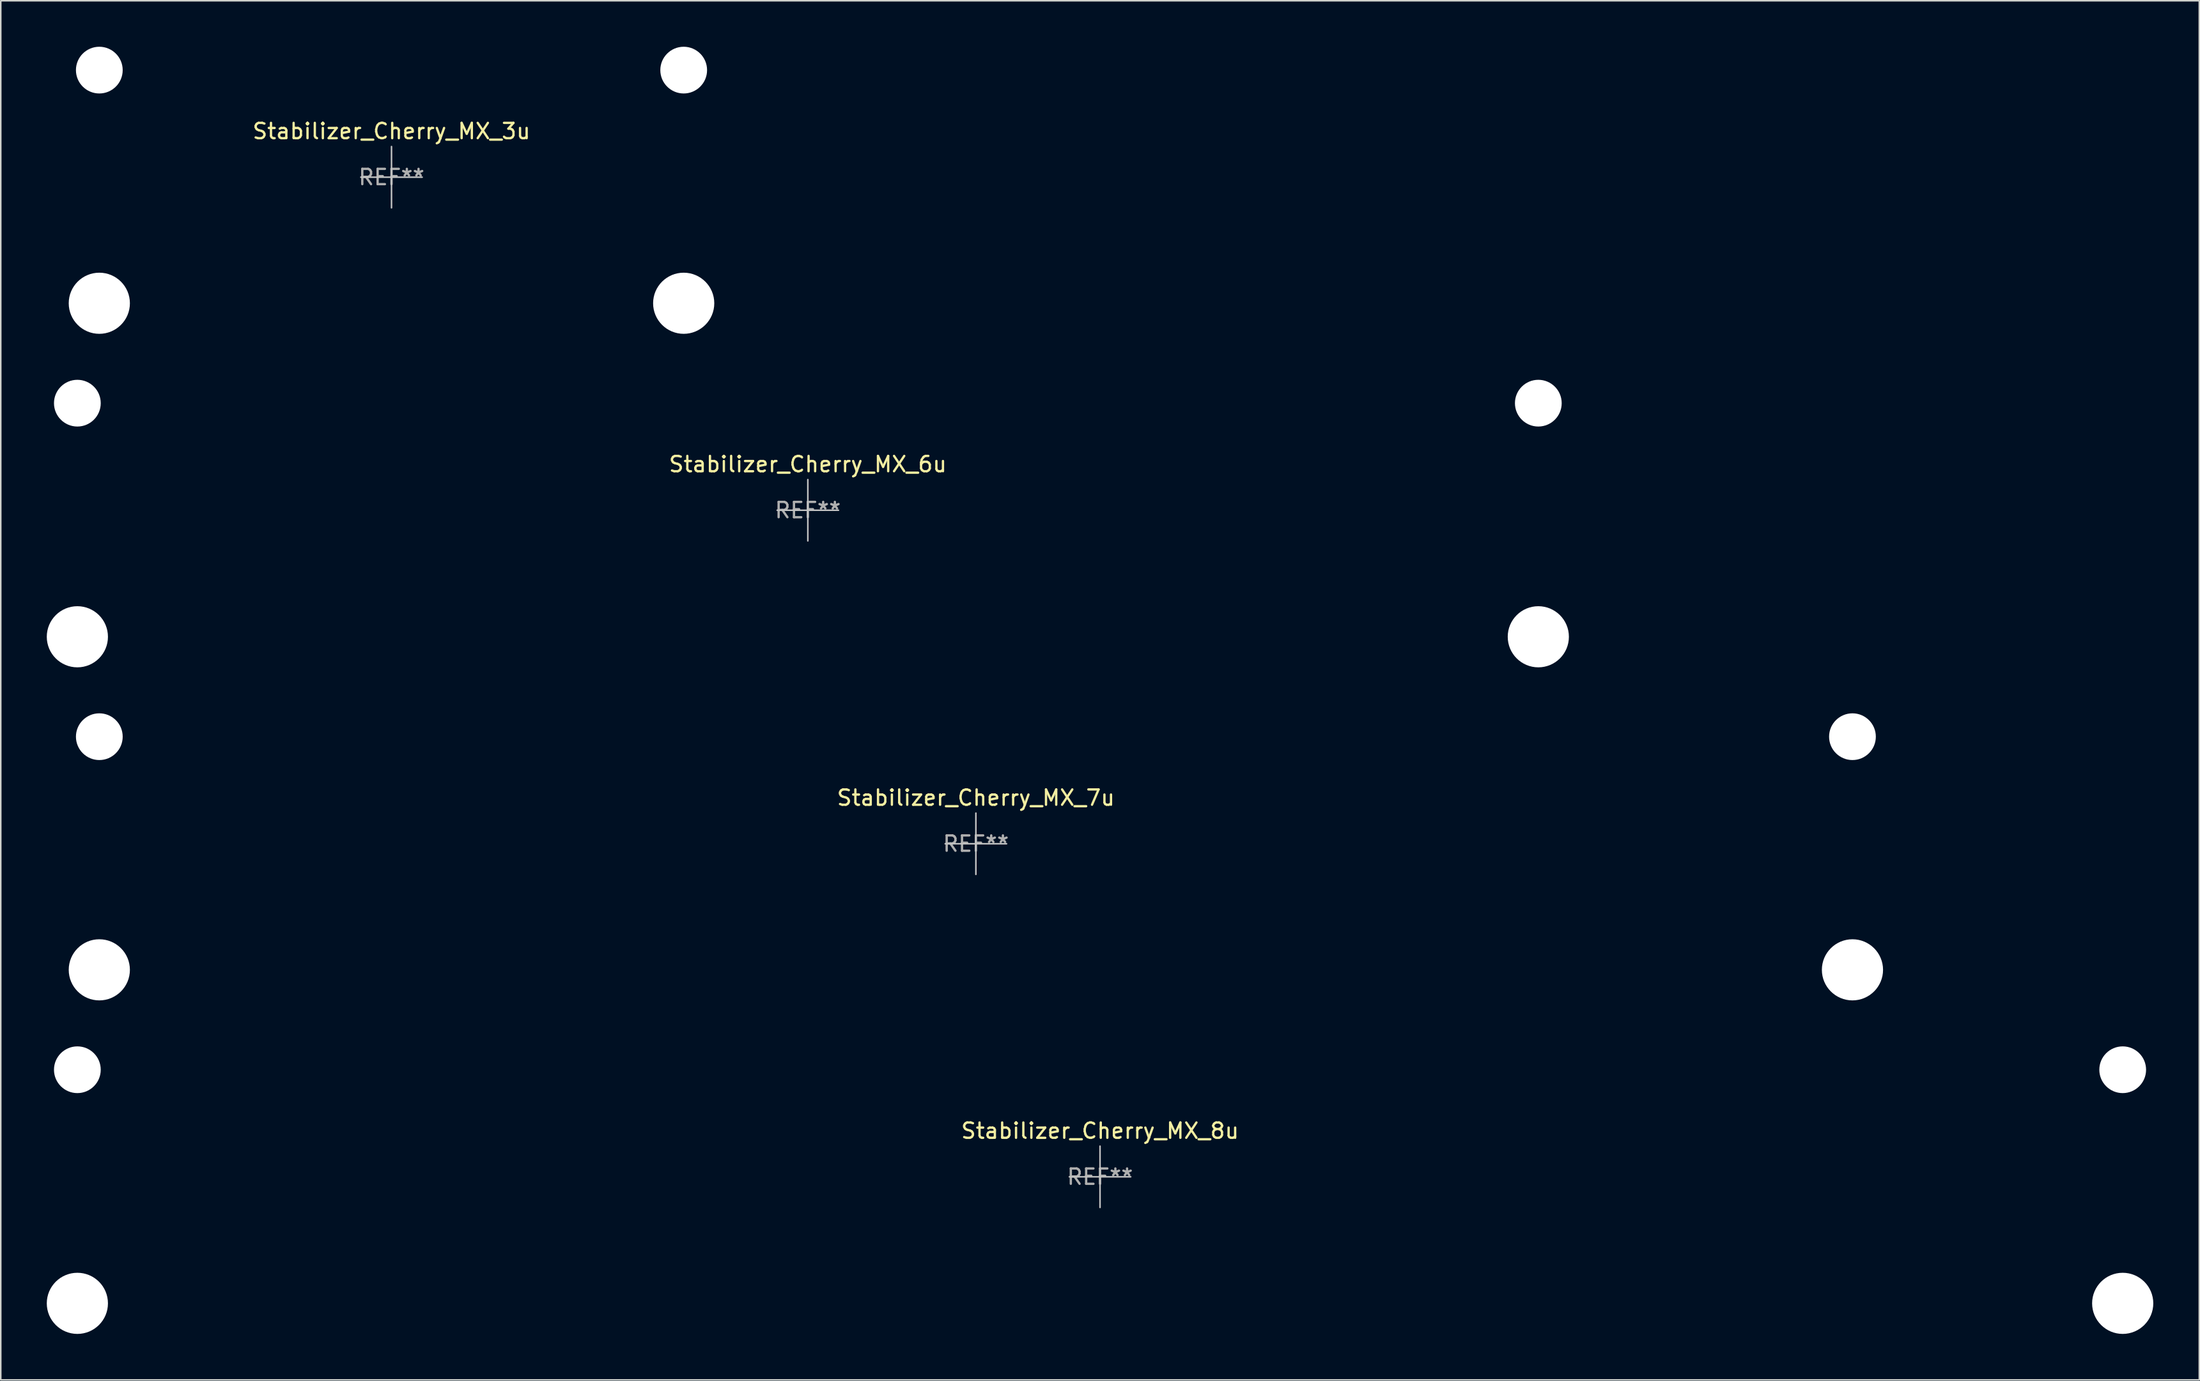
<source format=kicad_pcb>
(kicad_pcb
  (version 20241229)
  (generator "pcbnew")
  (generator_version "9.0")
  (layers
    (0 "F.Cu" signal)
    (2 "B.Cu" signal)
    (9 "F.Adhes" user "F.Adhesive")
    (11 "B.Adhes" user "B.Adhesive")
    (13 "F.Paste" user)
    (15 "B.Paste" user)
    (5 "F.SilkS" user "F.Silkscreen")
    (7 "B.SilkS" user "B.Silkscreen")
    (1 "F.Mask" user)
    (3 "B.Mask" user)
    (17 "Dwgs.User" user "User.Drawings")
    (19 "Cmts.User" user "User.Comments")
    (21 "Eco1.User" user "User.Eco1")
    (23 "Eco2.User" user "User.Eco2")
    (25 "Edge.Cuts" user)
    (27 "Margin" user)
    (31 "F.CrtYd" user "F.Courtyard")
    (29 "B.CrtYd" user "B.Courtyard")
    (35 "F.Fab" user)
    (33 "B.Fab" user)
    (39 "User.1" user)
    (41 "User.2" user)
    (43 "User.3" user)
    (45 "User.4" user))
  (footprint "Stabilizer_Cherry_MX_7u"
    (layer "F.Cu")
    (at 60.575 51.995)
    (property "Reference" "Stabilizer_Cherry_MX_7u" (at 0 -3 0) (layer "F.SilkS") (effects (font (size 1 1) (thickness 0.15))))
    (attr exclude_from_pos_files exclude_from_bom)
    (fp_line (start -2 0) (end 2 0) (stroke (width 0.1) (type solid)) (layer "Dwgs.User"))
    (fp_line (start 0 2) (end 0 -2) (stroke (width 0.1) (type solid)) (layer "Dwgs.User"))
    (fp_line (start -60.525 -5.53) (end -60.525 6.77) (stroke (width 0.1) (type solid)) (layer "Eco1.User"))
    (fp_line (start -60.525 6.77) (end -53.775 6.77) (stroke (width 0.1) (type solid)) (layer "Eco1.User"))
    (fp_line (start -53.775 -5.53) (end -60.525 -5.53) (stroke (width 0.1) (type solid)) (layer "Eco1.User"))
    (fp_line (start -53.775 6.77) (end -53.775 -5.53) (stroke (width 0.1) (type solid)) (layer "Eco1.User"))
    (fp_line (start 53.775 -5.53) (end 53.775 6.77) (stroke (width 0.1) (type solid)) (layer "Eco1.User"))
    (fp_line (start 53.775 6.77) (end 60.525 6.77) (stroke (width 0.1) (type solid)) (layer "Eco1.User"))
    (fp_line (start 60.525 -5.53) (end 53.775 -5.53) (stroke (width 0.1) (type solid)) (layer "Eco1.User"))
    (fp_line (start 60.525 6.77) (end 60.525 -5.53) (stroke (width 0.1) (type solid)) (layer "Eco1.User"))
    (fp_text user "REF**" (at 0 0 0) (layer "F.Fab") (effects (font (size 1 1) (thickness 0.15))))
    (pad "" np_thru_hole circle (at -57.15 -6.985) (size 3.048 3.048) (drill 3.048) (layers "*.Cu" "*.Mask"))
    (pad "" np_thru_hole circle (at -57.15 8.225) (size 3.988 3.988) (drill 3.988) (layers "*.Cu" "*.Mask"))
    (pad "" np_thru_hole circle (at 57.15 -6.985) (size 3.048 3.048) (drill 3.048) (layers "*.Cu" "*.Mask"))
    (pad "" np_thru_hole circle (at 57.15 8.225) (size 3.988 3.988) (drill 3.988) (layers "*.Cu" "*.Mask")))
  (footprint "Stabilizer_Cherry_MX_6u"
    (layer "F.Cu")
    (at 49.619 30.237)
    (property "Reference" "Stabilizer_Cherry_MX_6u" (at 0 -3 0) (layer "F.SilkS") (effects (font (size 1 1) (thickness 0.15))))
    (attr exclude_from_pos_files exclude_from_bom)
    (fp_line (start -2 0) (end 2 0) (stroke (width 0.1) (type solid)) (layer "Dwgs.User"))
    (fp_line (start 0 2) (end 0 -2) (stroke (width 0.1) (type solid)) (layer "Dwgs.User"))
    (fp_text user "REF**" (at 0 0 0) (layer "F.Fab") (effects (font (size 1 1) (thickness 0.15))))
    (pad "" np_thru_hole circle (at -47.625 -6.985) (size 3.048 3.048) (drill 3.048) (layers "*.Cu" "*.Mask"))
    (pad "" np_thru_hole circle (at -47.625 8.255) (size 3.988 3.988) (drill 3.988) (layers "*.Cu" "*.Mask"))
    (pad "" np_thru_hole circle (at 47.625 -6.985) (size 3.048 3.048) (drill 3.048) (layers "*.Cu" "*.Mask"))
    (pad "" np_thru_hole circle (at 47.625 8.255) (size 3.988 3.988) (drill 3.988) (layers "*.Cu" "*.Mask")))
  (footprint "Stabilizer_Cherry_MX_3u"
    (layer "F.Cu")
    (at 22.475 8.509)
    (property "Reference" "Stabilizer_Cherry_MX_3u" (at 0 -3 0) (layer "F.SilkS") (effects (font (size 1 1) (thickness 0.15))))
    (attr exclude_from_pos_files exclude_from_bom)
    (fp_line (start -2 0) (end 2 0) (stroke (width 0.1) (type solid)) (layer "Dwgs.User"))
    (fp_line (start 0 2) (end 0 -2) (stroke (width 0.1) (type solid)) (layer "Dwgs.User"))
    (fp_line (start -22.425 -5.53) (end -22.425 6.77) (stroke (width 0.1) (type solid)) (layer "Eco1.User"))
    (fp_line (start -22.425 6.77) (end -15.675 6.77) (stroke (width 0.1) (type solid)) (layer "Eco1.User"))
    (fp_line (start -15.675 -5.53) (end -22.425 -5.53) (stroke (width 0.1) (type solid)) (layer "Eco1.User"))
    (fp_line (start -15.675 6.77) (end -15.675 -5.53) (stroke (width 0.1) (type solid)) (layer "Eco1.User"))
    (fp_line (start 15.675 -5.53) (end 15.675 6.77) (stroke (width 0.1) (type solid)) (layer "Eco1.User"))
    (fp_line (start 15.675 6.77) (end 22.425 6.77) (stroke (width 0.1) (type solid)) (layer "Eco1.User"))
    (fp_line (start 22.425 -5.53) (end 15.675 -5.53) (stroke (width 0.1) (type solid)) (layer "Eco1.User"))
    (fp_line (start 22.425 6.77) (end 22.425 -5.53) (stroke (width 0.1) (type solid)) (layer "Eco1.User"))
    (fp_text user "REF**" (at 0 0 0) (layer "F.Fab") (effects (font (size 1 1) (thickness 0.15))))
    (pad "" np_thru_hole circle (at -19.05 -6.985) (size 3.048 3.048) (drill 3.048) (layers "*.Cu" "*.Mask"))
    (pad "" np_thru_hole circle (at -19.05 8.225) (size 3.988 3.988) (drill 3.988) (layers "*.Cu" "*.Mask"))
    (pad "" np_thru_hole circle (at 19.05 -6.985) (size 3.048 3.048) (drill 3.048) (layers "*.Cu" "*.Mask"))
    (pad "" np_thru_hole circle (at 19.05 8.225) (size 3.988 3.988) (drill 3.988) (layers "*.Cu" "*.Mask")))
  (footprint "Stabilizer_Cherry_MX_8u"
    (layer "F.Cu")
    (at 68.669 73.723)
    (property "Reference" "Stabilizer_Cherry_MX_8u" (at 0 -3 0) (layer "F.SilkS") (effects (font (size 1 1) (thickness 0.15))))
    (attr exclude_from_pos_files exclude_from_bom)
    (fp_line (start -2 0) (end 2 0) (stroke (width 0.1) (type solid)) (layer "Dwgs.User"))
    (fp_line (start 0 2) (end 0 -2) (stroke (width 0.1) (type solid)) (layer "Dwgs.User"))
    (fp_text user "REF**" (at 0 0 0) (layer "F.Fab") (effects (font (size 1 1) (thickness 0.15))))
    (pad "" np_thru_hole circle (at -66.675 -6.985) (size 3.048 3.048) (drill 3.048) (layers "*.Cu" "*.Mask"))
    (pad "" np_thru_hole circle (at -66.675 8.255) (size 3.988 3.988) (drill 3.988) (layers "*.Cu" "*.Mask"))
    (pad "" np_thru_hole circle (at 66.675 -6.985) (size 3.048 3.048) (drill 3.048) (layers "*.Cu" "*.Mask"))
    (pad "" np_thru_hole circle (at 66.675 8.255) (size 3.988 3.988) (drill 3.988) (layers "*.Cu" "*.Mask")))
  (gr_rect
    (start -3 -3)
    (end 140.338 86.972)
    (stroke (width 0.1) (type default))
    (fill no)
    (layer "Edge.Cuts")))
</source>
